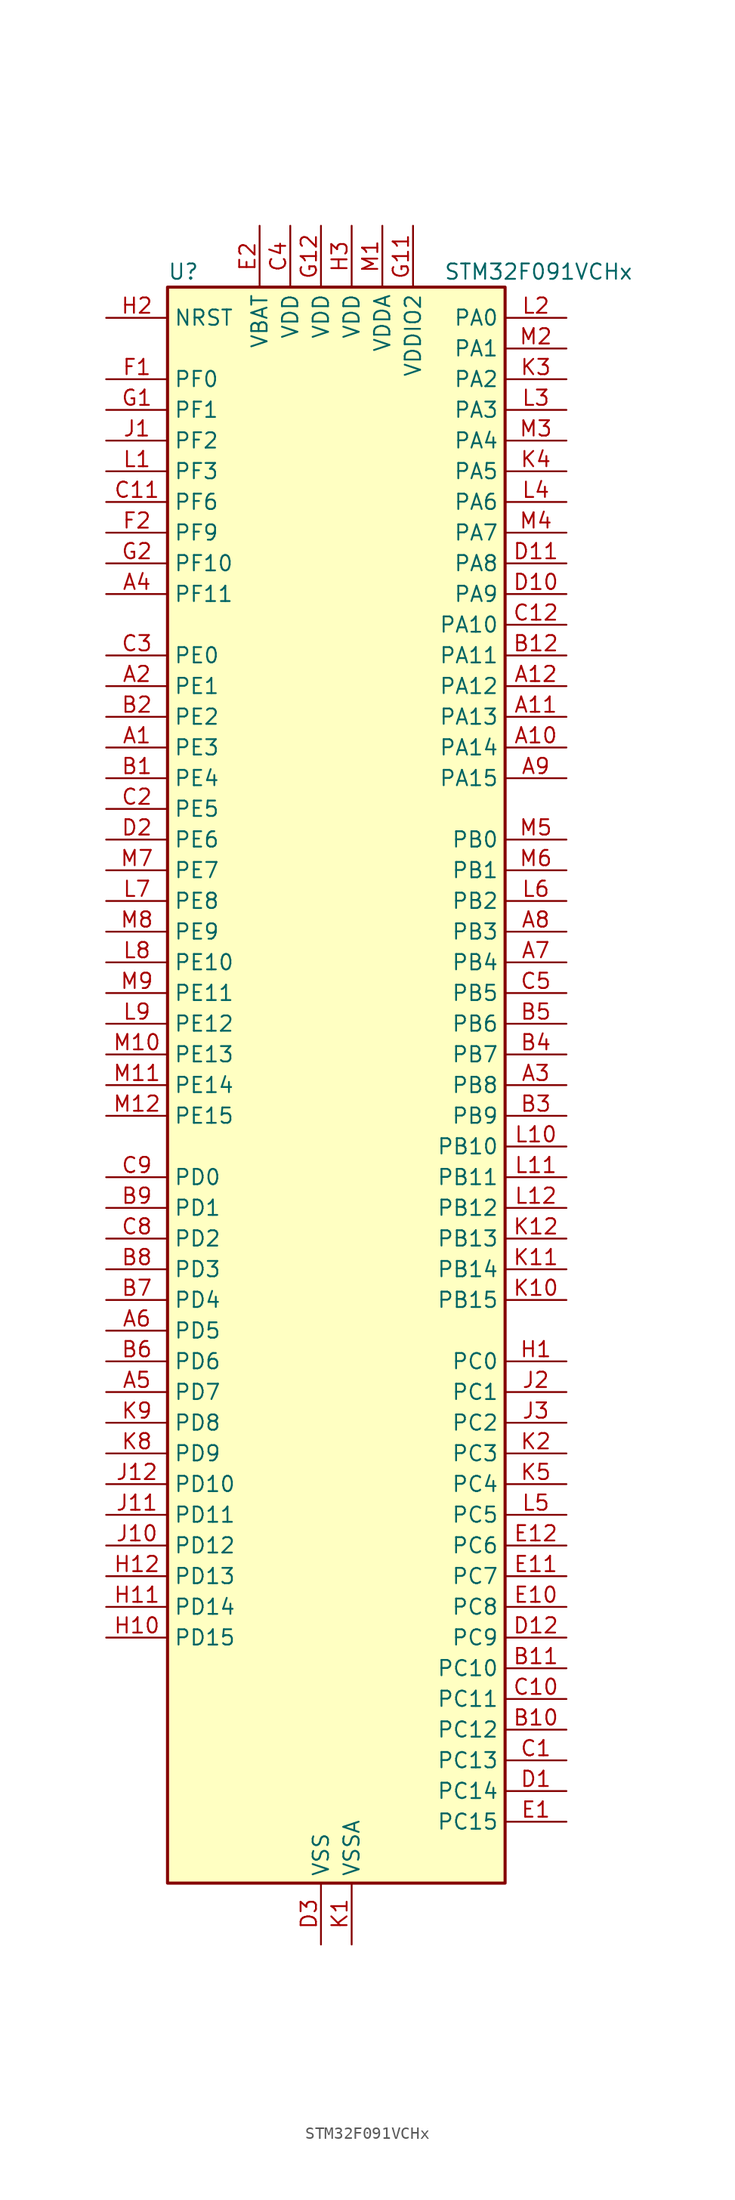
<source format=kicad_sym>
(kicad_symbol_lib
  (version 20220914)
  (generator kicad_symbol_editor)
  (symbol "STM32F091VCHx"
    (property "Reference" "U"
      (at -12.7 67.31 0)
      (effects (font (size 1.27 1.27)) (justify left)))
    (property "Value" "STM32F091VCHx"
      (at 10.16 67.31 0)
      (effects (font (size 1.27 1.27)) (justify left)))
    (property "ki_locked" ""
      (at 0 0 0)
      (effects (font (size 1.27 1.27))))
    (symbol "STM32F091VCHx_0_1"
      (rectangle (start -12.7 -66.04) (end 15.24 66.04) (stroke (width 0.254) (type default)) (fill (type background))))
    (symbol "STM32F091VCHx_1_1"
      (pin bidirectional line (at -17.78 27.94 0) (length 5.08) (name "PE3" (effects (font (size 1.27 1.27)))) (number "A1" (effects (font (size 1.27 1.27)))) (alternate "TIM3_CH1" bidirectional line) (alternate "TSC_G7_IO2" bidirectional line))
      (pin bidirectional line (at 20.32 27.94 180) (length 5.08) (name "PA14" (effects (font (size 1.27 1.27)))) (number "A10" (effects (font (size 1.27 1.27)))) (alternate "SYS_SWCLK" bidirectional line) (alternate "USART2_TX" bidirectional line))
      (pin bidirectional line (at 20.32 30.48 180) (length 5.08) (name "PA13" (effects (font (size 1.27 1.27)))) (number "A11" (effects (font (size 1.27 1.27)))) (alternate "IR_OUT" bidirectional line) (alternate "SYS_SWDIO" bidirectional line))
      (pin bidirectional line (at 20.32 33.02 180) (length 5.08) (name "PA12" (effects (font (size 1.27 1.27)))) (number "A12" (effects (font (size 1.27 1.27)))) (alternate "CAN_TX" bidirectional line) (alternate "COMP2_OUT" bidirectional line) (alternate "I2C2_SDA" bidirectional line) (alternate "TIM1_ETR" bidirectional line) (alternate "TSC_G4_IO4" bidirectional line) (alternate "USART1_DE" bidirectional line) (alternate "USART1_RTS" bidirectional line))
      (pin bidirectional line (at -17.78 33.02 0) (length 5.08) (name "PE1" (effects (font (size 1.27 1.27)))) (number "A2" (effects (font (size 1.27 1.27)))) (alternate "TIM17_CH1" bidirectional line))
      (pin bidirectional line (at 20.32 0 180) (length 5.08) (name "PB8" (effects (font (size 1.27 1.27)))) (number "A3" (effects (font (size 1.27 1.27)))) (alternate "CAN_RX" bidirectional line) (alternate "CEC" bidirectional line) (alternate "I2C1_SCL" bidirectional line) (alternate "TIM16_CH1" bidirectional line) (alternate "TSC_SYNC" bidirectional line))
      (pin bidirectional line (at -17.78 40.64 0) (length 5.08) (name "PF11" (effects (font (size 1.27 1.27)))) (number "A4" (effects (font (size 1.27 1.27)))))
      (pin bidirectional line (at -17.78 -25.4 0) (length 5.08) (name "PD7" (effects (font (size 1.27 1.27)))) (number "A5" (effects (font (size 1.27 1.27)))) (alternate "USART2_CK" bidirectional line))
      (pin bidirectional line (at -17.78 -20.32 0) (length 5.08) (name "PD5" (effects (font (size 1.27 1.27)))) (number "A6" (effects (font (size 1.27 1.27)))) (alternate "USART2_TX" bidirectional line))
      (pin bidirectional line (at 20.32 10.16 180) (length 5.08) (name "PB4" (effects (font (size 1.27 1.27)))) (number "A7" (effects (font (size 1.27 1.27)))) (alternate "I2S1_MCK" bidirectional line) (alternate "SPI1_MISO" bidirectional line) (alternate "TIM17_BKIN" bidirectional line) (alternate "TIM3_CH1" bidirectional line) (alternate "TSC_G5_IO2" bidirectional line) (alternate "USART5_RX" bidirectional line))
      (pin bidirectional line (at 20.32 12.7 180) (length 5.08) (name "PB3" (effects (font (size 1.27 1.27)))) (number "A8" (effects (font (size 1.27 1.27)))) (alternate "I2S1_CK" bidirectional line) (alternate "SPI1_SCK" bidirectional line) (alternate "TIM2_CH2" bidirectional line) (alternate "TSC_G5_IO1" bidirectional line) (alternate "USART5_TX" bidirectional line))
      (pin bidirectional line (at 20.32 25.4 180) (length 5.08) (name "PA15" (effects (font (size 1.27 1.27)))) (number "A9" (effects (font (size 1.27 1.27)))) (alternate "I2S1_WS" bidirectional line) (alternate "SPI1_NSS" bidirectional line) (alternate "TIM2_CH1" bidirectional line) (alternate "TIM2_ETR" bidirectional line) (alternate "USART2_RX" bidirectional line) (alternate "USART4_DE" bidirectional line) (alternate "USART4_RTS" bidirectional line))
      (pin bidirectional line (at -17.78 25.4 0) (length 5.08) (name "PE4" (effects (font (size 1.27 1.27)))) (number "B1" (effects (font (size 1.27 1.27)))) (alternate "TIM3_CH2" bidirectional line) (alternate "TSC_G7_IO3" bidirectional line))
      (pin bidirectional line (at 20.32 -53.34 180) (length 5.08) (name "PC12" (effects (font (size 1.27 1.27)))) (number "B10" (effects (font (size 1.27 1.27)))) (alternate "USART3_CK" bidirectional line) (alternate "USART4_CK" bidirectional line) (alternate "USART5_TX" bidirectional line))
      (pin bidirectional line (at 20.32 -48.26 180) (length 5.08) (name "PC10" (effects (font (size 1.27 1.27)))) (number "B11" (effects (font (size 1.27 1.27)))) (alternate "USART3_TX" bidirectional line) (alternate "USART4_TX" bidirectional line))
      (pin bidirectional line (at 20.32 35.56 180) (length 5.08) (name "PA11" (effects (font (size 1.27 1.27)))) (number "B12" (effects (font (size 1.27 1.27)))) (alternate "CAN_RX" bidirectional line) (alternate "COMP1_OUT" bidirectional line) (alternate "I2C2_SCL" bidirectional line) (alternate "TIM1_CH4" bidirectional line) (alternate "TSC_G4_IO3" bidirectional line) (alternate "USART1_CTS" bidirectional line))
      (pin bidirectional line (at -17.78 30.48 0) (length 5.08) (name "PE2" (effects (font (size 1.27 1.27)))) (number "B2" (effects (font (size 1.27 1.27)))) (alternate "TIM3_ETR" bidirectional line) (alternate "TSC_G7_IO1" bidirectional line))
      (pin bidirectional line (at 20.32 -2.54 180) (length 5.08) (name "PB9" (effects (font (size 1.27 1.27)))) (number "B3" (effects (font (size 1.27 1.27)))) (alternate "CAN_TX" bidirectional line) (alternate "DAC_EXTI9" bidirectional line) (alternate "I2C1_SDA" bidirectional line) (alternate "I2S2_WS" bidirectional line) (alternate "IR_OUT" bidirectional line) (alternate "SPI2_NSS" bidirectional line) (alternate "TIM17_CH1" bidirectional line))
      (pin bidirectional line (at 20.32 2.54 180) (length 5.08) (name "PB7" (effects (font (size 1.27 1.27)))) (number "B4" (effects (font (size 1.27 1.27)))) (alternate "I2C1_SDA" bidirectional line) (alternate "TIM17_CH1N" bidirectional line) (alternate "TSC_G5_IO4" bidirectional line) (alternate "USART1_RX" bidirectional line) (alternate "USART4_CTS" bidirectional line))
      (pin bidirectional line (at 20.32 5.08 180) (length 5.08) (name "PB6" (effects (font (size 1.27 1.27)))) (number "B5" (effects (font (size 1.27 1.27)))) (alternate "I2C1_SCL" bidirectional line) (alternate "TIM16_CH1N" bidirectional line) (alternate "TSC_G5_IO3" bidirectional line) (alternate "USART1_TX" bidirectional line))
      (pin bidirectional line (at -17.78 -22.86 0) (length 5.08) (name "PD6" (effects (font (size 1.27 1.27)))) (number "B6" (effects (font (size 1.27 1.27)))) (alternate "USART2_RX" bidirectional line))
      (pin bidirectional line (at -17.78 -17.78 0) (length 5.08) (name "PD4" (effects (font (size 1.27 1.27)))) (number "B7" (effects (font (size 1.27 1.27)))) (alternate "I2S2_SD" bidirectional line) (alternate "SPI2_MOSI" bidirectional line) (alternate "USART2_DE" bidirectional line) (alternate "USART2_RTS" bidirectional line))
      (pin bidirectional line (at -17.78 -15.24 0) (length 5.08) (name "PD3" (effects (font (size 1.27 1.27)))) (number "B8" (effects (font (size 1.27 1.27)))) (alternate "I2S2_MCK" bidirectional line) (alternate "SPI2_MISO" bidirectional line) (alternate "USART2_CTS" bidirectional line))
      (pin bidirectional line (at -17.78 -10.16 0) (length 5.08) (name "PD1" (effects (font (size 1.27 1.27)))) (number "B9" (effects (font (size 1.27 1.27)))) (alternate "CAN_TX" bidirectional line) (alternate "I2S2_CK" bidirectional line) (alternate "SPI2_SCK" bidirectional line))
      (pin bidirectional line (at 20.32 -55.88 180) (length 5.08) (name "PC13" (effects (font (size 1.27 1.27)))) (number "C1" (effects (font (size 1.27 1.27)))) (alternate "RTC_OUT_ALARM" bidirectional line) (alternate "RTC_OUT_CALIB" bidirectional line) (alternate "RTC_TAMP1" bidirectional line) (alternate "RTC_TS" bidirectional line) (alternate "SYS_WKUP2" bidirectional line))
      (pin bidirectional line (at 20.32 -50.8 180) (length 5.08) (name "PC11" (effects (font (size 1.27 1.27)))) (number "C10" (effects (font (size 1.27 1.27)))) (alternate "USART3_RX" bidirectional line) (alternate "USART4_RX" bidirectional line))
      (pin bidirectional line (at -17.78 48.26 0) (length 5.08) (name "PF6" (effects (font (size 1.27 1.27)))) (number "C11" (effects (font (size 1.27 1.27)))))
      (pin bidirectional line (at 20.32 38.1 180) (length 5.08) (name "PA10" (effects (font (size 1.27 1.27)))) (number "C12" (effects (font (size 1.27 1.27)))) (alternate "I2C1_SDA" bidirectional line) (alternate "TIM17_BKIN" bidirectional line) (alternate "TIM1_CH3" bidirectional line) (alternate "TSC_G4_IO2" bidirectional line) (alternate "USART1_RX" bidirectional line))
      (pin bidirectional line (at -17.78 22.86 0) (length 5.08) (name "PE5" (effects (font (size 1.27 1.27)))) (number "C2" (effects (font (size 1.27 1.27)))) (alternate "TIM3_CH3" bidirectional line) (alternate "TSC_G7_IO4" bidirectional line))
      (pin bidirectional line (at -17.78 35.56 0) (length 5.08) (name "PE0" (effects (font (size 1.27 1.27)))) (number "C3" (effects (font (size 1.27 1.27)))) (alternate "TIM16_CH1" bidirectional line))
      (pin power_in line (at -2.54 71.12 270) (length 5.08) (name "VDD" (effects (font (size 1.27 1.27)))) (number "C4" (effects (font (size 1.27 1.27)))))
      (pin bidirectional line (at 20.32 7.62 180) (length 5.08) (name "PB5" (effects (font (size 1.27 1.27)))) (number "C5" (effects (font (size 1.27 1.27)))) (alternate "I2C1_SMBA" bidirectional line) (alternate "I2S1_SD" bidirectional line) (alternate "SPI1_MOSI" bidirectional line) (alternate "SYS_WKUP6" bidirectional line) (alternate "TIM16_BKIN" bidirectional line) (alternate "TIM3_CH2" bidirectional line) (alternate "USART5_CK" bidirectional line) (alternate "USART5_DE" bidirectional line) (alternate "USART5_RTS" bidirectional line))
      (pin bidirectional line (at -17.78 -12.7 0) (length 5.08) (name "PD2" (effects (font (size 1.27 1.27)))) (number "C8" (effects (font (size 1.27 1.27)))) (alternate "TIM3_ETR" bidirectional line) (alternate "USART3_DE" bidirectional line) (alternate "USART3_RTS" bidirectional line) (alternate "USART5_RX" bidirectional line))
      (pin bidirectional line (at -17.78 -7.62 0) (length 5.08) (name "PD0" (effects (font (size 1.27 1.27)))) (number "C9" (effects (font (size 1.27 1.27)))) (alternate "CAN_RX" bidirectional line) (alternate "I2S2_WS" bidirectional line) (alternate "SPI2_NSS" bidirectional line))
      (pin bidirectional line (at 20.32 -58.42 180) (length 5.08) (name "PC14" (effects (font (size 1.27 1.27)))) (number "D1" (effects (font (size 1.27 1.27)))) (alternate "RCC_OSC32_IN" bidirectional line))
      (pin bidirectional line (at 20.32 40.64 180) (length 5.08) (name "PA9" (effects (font (size 1.27 1.27)))) (number "D10" (effects (font (size 1.27 1.27)))) (alternate "DAC_EXTI9" bidirectional line) (alternate "I2C1_SCL" bidirectional line) (alternate "RCC_MCO" bidirectional line) (alternate "TIM15_BKIN" bidirectional line) (alternate "TIM1_CH2" bidirectional line) (alternate "TSC_G4_IO1" bidirectional line) (alternate "USART1_TX" bidirectional line))
      (pin bidirectional line (at 20.32 43.18 180) (length 5.08) (name "PA8" (effects (font (size 1.27 1.27)))) (number "D11" (effects (font (size 1.27 1.27)))) (alternate "CRS_SYNC" bidirectional line) (alternate "RCC_MCO" bidirectional line) (alternate "TIM1_CH1" bidirectional line) (alternate "USART1_CK" bidirectional line))
      (pin bidirectional line (at 20.32 -45.72 180) (length 5.08) (name "PC9" (effects (font (size 1.27 1.27)))) (number "D12" (effects (font (size 1.27 1.27)))) (alternate "DAC_EXTI9" bidirectional line) (alternate "TIM3_CH4" bidirectional line) (alternate "USART8_RX" bidirectional line))
      (pin bidirectional line (at -17.78 20.32 0) (length 5.08) (name "PE6" (effects (font (size 1.27 1.27)))) (number "D2" (effects (font (size 1.27 1.27)))) (alternate "RTC_TAMP3" bidirectional line) (alternate "SYS_WKUP3" bidirectional line) (alternate "TIM3_CH4" bidirectional line))
      (pin power_in line (at 0 -71.12 90) (length 5.08) (name "VSS" (effects (font (size 1.27 1.27)))) (number "D3" (effects (font (size 1.27 1.27)))))
      (pin bidirectional line (at 20.32 -60.96 180) (length 5.08) (name "PC15" (effects (font (size 1.27 1.27)))) (number "E1" (effects (font (size 1.27 1.27)))) (alternate "RCC_OSC32_OUT" bidirectional line))
      (pin bidirectional line (at 20.32 -43.18 180) (length 5.08) (name "PC8" (effects (font (size 1.27 1.27)))) (number "E10" (effects (font (size 1.27 1.27)))) (alternate "TIM3_CH3" bidirectional line) (alternate "USART8_TX" bidirectional line))
      (pin bidirectional line (at 20.32 -40.64 180) (length 5.08) (name "PC7" (effects (font (size 1.27 1.27)))) (number "E11" (effects (font (size 1.27 1.27)))) (alternate "TIM3_CH2" bidirectional line) (alternate "USART7_RX" bidirectional line))
      (pin bidirectional line (at 20.32 -38.1 180) (length 5.08) (name "PC6" (effects (font (size 1.27 1.27)))) (number "E12" (effects (font (size 1.27 1.27)))) (alternate "TIM3_CH1" bidirectional line) (alternate "USART7_TX" bidirectional line))
      (pin power_in line (at -5.08 71.12 270) (length 5.08) (name "VBAT" (effects (font (size 1.27 1.27)))) (number "E2" (effects (font (size 1.27 1.27)))))
      (pin no_connect line (at -12.7 -66.04 0) (length 5.08) hide (name "NC" (effects (font (size 1.27 1.27)))) (number "E3" (effects (font (size 1.27 1.27)))))
      (pin bidirectional line (at -17.78 58.42 0) (length 5.08) (name "PF0" (effects (font (size 1.27 1.27)))) (number "F1" (effects (font (size 1.27 1.27)))) (alternate "CRS_SYNC" bidirectional line) (alternate "I2C1_SDA" bidirectional line) (alternate "RCC_OSC_IN" bidirectional line))
      (pin passive line (at 0 -71.12 90) (length 5.08) hide (name "VSS" (effects (font (size 1.27 1.27)))) (number "F11" (effects (font (size 1.27 1.27)))))
      (pin passive line (at 0 -71.12 90) (length 5.08) hide (name "VSS" (effects (font (size 1.27 1.27)))) (number "F12" (effects (font (size 1.27 1.27)))))
      (pin bidirectional line (at -17.78 45.72 0) (length 5.08) (name "PF9" (effects (font (size 1.27 1.27)))) (number "F2" (effects (font (size 1.27 1.27)))) (alternate "DAC_EXTI9" bidirectional line) (alternate "TIM15_CH1" bidirectional line) (alternate "USART6_TX" bidirectional line))
      (pin bidirectional line (at -17.78 55.88 0) (length 5.08) (name "PF1" (effects (font (size 1.27 1.27)))) (number "G1" (effects (font (size 1.27 1.27)))) (alternate "I2C1_SCL" bidirectional line) (alternate "RCC_OSC_OUT" bidirectional line))
      (pin power_in line (at 7.62 71.12 270) (length 5.08) (name "VDDIO2" (effects (font (size 1.27 1.27)))) (number "G11" (effects (font (size 1.27 1.27)))))
      (pin power_in line (at 0 71.12 270) (length 5.08) (name "VDD" (effects (font (size 1.27 1.27)))) (number "G12" (effects (font (size 1.27 1.27)))))
      (pin bidirectional line (at -17.78 43.18 0) (length 5.08) (name "PF10" (effects (font (size 1.27 1.27)))) (number "G2" (effects (font (size 1.27 1.27)))) (alternate "TIM15_CH2" bidirectional line) (alternate "USART6_RX" bidirectional line))
      (pin bidirectional line (at 20.32 -22.86 180) (length 5.08) (name "PC0" (effects (font (size 1.27 1.27)))) (number "H1" (effects (font (size 1.27 1.27)))) (alternate "ADC_IN10" bidirectional line) (alternate "USART6_TX" bidirectional line) (alternate "USART7_TX" bidirectional line))
      (pin bidirectional line (at -17.78 -45.72 0) (length 5.08) (name "PD15" (effects (font (size 1.27 1.27)))) (number "H10" (effects (font (size 1.27 1.27)))) (alternate "CRS_SYNC" bidirectional line) (alternate "TSC_G8_IO4" bidirectional line) (alternate "USART7_CK" bidirectional line) (alternate "USART7_DE" bidirectional line) (alternate "USART7_RTS" bidirectional line))
      (pin bidirectional line (at -17.78 -43.18 0) (length 5.08) (name "PD14" (effects (font (size 1.27 1.27)))) (number "H11" (effects (font (size 1.27 1.27)))) (alternate "TSC_G8_IO3" bidirectional line) (alternate "USART8_RX" bidirectional line))
      (pin bidirectional line (at -17.78 -40.64 0) (length 5.08) (name "PD13" (effects (font (size 1.27 1.27)))) (number "H12" (effects (font (size 1.27 1.27)))) (alternate "TSC_G8_IO2" bidirectional line) (alternate "USART8_TX" bidirectional line))
      (pin input line (at -17.78 63.5 0) (length 5.08) (name "NRST" (effects (font (size 1.27 1.27)))) (number "H2" (effects (font (size 1.27 1.27)))))
      (pin power_in line (at 2.54 71.12 270) (length 5.08) (name "VDD" (effects (font (size 1.27 1.27)))) (number "H3" (effects (font (size 1.27 1.27)))))
      (pin bidirectional line (at -17.78 53.34 0) (length 5.08) (name "PF2" (effects (font (size 1.27 1.27)))) (number "J1" (effects (font (size 1.27 1.27)))) (alternate "SYS_WKUP8" bidirectional line) (alternate "USART7_CK" bidirectional line) (alternate "USART7_DE" bidirectional line) (alternate "USART7_RTS" bidirectional line) (alternate "USART7_TX" bidirectional line))
      (pin bidirectional line (at -17.78 -38.1 0) (length 5.08) (name "PD12" (effects (font (size 1.27 1.27)))) (number "J10" (effects (font (size 1.27 1.27)))) (alternate "TSC_G8_IO1" bidirectional line) (alternate "USART3_DE" bidirectional line) (alternate "USART3_RTS" bidirectional line) (alternate "USART8_CK" bidirectional line) (alternate "USART8_DE" bidirectional line) (alternate "USART8_RTS" bidirectional line))
      (pin bidirectional line (at -17.78 -35.56 0) (length 5.08) (name "PD11" (effects (font (size 1.27 1.27)))) (number "J11" (effects (font (size 1.27 1.27)))) (alternate "USART3_CTS" bidirectional line))
      (pin bidirectional line (at -17.78 -33.02 0) (length 5.08) (name "PD10" (effects (font (size 1.27 1.27)))) (number "J12" (effects (font (size 1.27 1.27)))) (alternate "USART3_CK" bidirectional line))
      (pin bidirectional line (at 20.32 -25.4 180) (length 5.08) (name "PC1" (effects (font (size 1.27 1.27)))) (number "J2" (effects (font (size 1.27 1.27)))) (alternate "ADC_IN11" bidirectional line) (alternate "USART6_RX" bidirectional line) (alternate "USART7_RX" bidirectional line))
      (pin bidirectional line (at 20.32 -27.94 180) (length 5.08) (name "PC2" (effects (font (size 1.27 1.27)))) (number "J3" (effects (font (size 1.27 1.27)))) (alternate "ADC_IN12" bidirectional line) (alternate "I2S2_MCK" bidirectional line) (alternate "SPI2_MISO" bidirectional line) (alternate "USART8_TX" bidirectional line))
      (pin power_in line (at 2.54 -71.12 90) (length 5.08) (name "VSSA" (effects (font (size 1.27 1.27)))) (number "K1" (effects (font (size 1.27 1.27)))))
      (pin bidirectional line (at 20.32 -17.78 180) (length 5.08) (name "PB15" (effects (font (size 1.27 1.27)))) (number "K10" (effects (font (size 1.27 1.27)))) (alternate "I2S2_SD" bidirectional line) (alternate "RTC_REFIN" bidirectional line) (alternate "SPI2_MOSI" bidirectional line) (alternate "SYS_WKUP7" bidirectional line) (alternate "TIM15_CH1N" bidirectional line) (alternate "TIM15_CH2" bidirectional line) (alternate "TIM1_CH3N" bidirectional line))
      (pin bidirectional line (at 20.32 -15.24 180) (length 5.08) (name "PB14" (effects (font (size 1.27 1.27)))) (number "K11" (effects (font (size 1.27 1.27)))) (alternate "I2C2_SDA" bidirectional line) (alternate "I2S2_MCK" bidirectional line) (alternate "SPI2_MISO" bidirectional line) (alternate "TIM15_CH1" bidirectional line) (alternate "TIM1_CH2N" bidirectional line) (alternate "TSC_G6_IO4" bidirectional line) (alternate "USART3_DE" bidirectional line) (alternate "USART3_RTS" bidirectional line))
      (pin bidirectional line (at 20.32 -12.7 180) (length 5.08) (name "PB13" (effects (font (size 1.27 1.27)))) (number "K12" (effects (font (size 1.27 1.27)))) (alternate "I2C2_SCL" bidirectional line) (alternate "I2S2_CK" bidirectional line) (alternate "SPI2_SCK" bidirectional line) (alternate "TIM1_CH1N" bidirectional line) (alternate "TSC_G6_IO3" bidirectional line) (alternate "USART3_CTS" bidirectional line))
      (pin bidirectional line (at 20.32 -30.48 180) (length 5.08) (name "PC3" (effects (font (size 1.27 1.27)))) (number "K2" (effects (font (size 1.27 1.27)))) (alternate "ADC_IN13" bidirectional line) (alternate "I2S2_SD" bidirectional line) (alternate "SPI2_MOSI" bidirectional line) (alternate "USART8_RX" bidirectional line))
      (pin bidirectional line (at 20.32 58.42 180) (length 5.08) (name "PA2" (effects (font (size 1.27 1.27)))) (number "K3" (effects (font (size 1.27 1.27)))) (alternate "ADC_IN2" bidirectional line) (alternate "COMP2_INM" bidirectional line) (alternate "COMP2_OUT" bidirectional line) (alternate "SYS_WKUP4" bidirectional line) (alternate "TIM15_CH1" bidirectional line) (alternate "TIM2_CH3" bidirectional line) (alternate "TSC_G1_IO3" bidirectional line) (alternate "USART2_TX" bidirectional line))
      (pin bidirectional line (at 20.32 50.8 180) (length 5.08) (name "PA5" (effects (font (size 1.27 1.27)))) (number "K4" (effects (font (size 1.27 1.27)))) (alternate "ADC_IN5" bidirectional line) (alternate "CEC" bidirectional line) (alternate "COMP1_INM" bidirectional line) (alternate "COMP2_INM" bidirectional line) (alternate "DAC_OUT2" bidirectional line) (alternate "I2S1_CK" bidirectional line) (alternate "SPI1_SCK" bidirectional line) (alternate "TIM2_CH1" bidirectional line) (alternate "TIM2_ETR" bidirectional line) (alternate "TSC_G2_IO2" bidirectional line) (alternate "USART6_RX" bidirectional line))
      (pin bidirectional line (at 20.32 -33.02 180) (length 5.08) (name "PC4" (effects (font (size 1.27 1.27)))) (number "K5" (effects (font (size 1.27 1.27)))) (alternate "ADC_IN14" bidirectional line) (alternate "USART3_TX" bidirectional line))
      (pin bidirectional line (at -17.78 -30.48 0) (length 5.08) (name "PD9" (effects (font (size 1.27 1.27)))) (number "K8" (effects (font (size 1.27 1.27)))) (alternate "DAC_EXTI9" bidirectional line) (alternate "USART3_RX" bidirectional line))
      (pin bidirectional line (at -17.78 -27.94 0) (length 5.08) (name "PD8" (effects (font (size 1.27 1.27)))) (number "K9" (effects (font (size 1.27 1.27)))) (alternate "USART3_TX" bidirectional line))
      (pin bidirectional line (at -17.78 50.8 0) (length 5.08) (name "PF3" (effects (font (size 1.27 1.27)))) (number "L1" (effects (font (size 1.27 1.27)))) (alternate "USART6_CK" bidirectional line) (alternate "USART6_DE" bidirectional line) (alternate "USART6_RTS" bidirectional line) (alternate "USART7_RX" bidirectional line))
      (pin bidirectional line (at 20.32 -5.08 180) (length 5.08) (name "PB10" (effects (font (size 1.27 1.27)))) (number "L10" (effects (font (size 1.27 1.27)))) (alternate "CEC" bidirectional line) (alternate "I2C2_SCL" bidirectional line) (alternate "I2S2_CK" bidirectional line) (alternate "SPI2_SCK" bidirectional line) (alternate "TIM2_CH3" bidirectional line) (alternate "TSC_SYNC" bidirectional line) (alternate "USART3_TX" bidirectional line))
      (pin bidirectional line (at 20.32 -7.62 180) (length 5.08) (name "PB11" (effects (font (size 1.27 1.27)))) (number "L11" (effects (font (size 1.27 1.27)))) (alternate "I2C2_SDA" bidirectional line) (alternate "TIM2_CH4" bidirectional line) (alternate "TSC_G6_IO1" bidirectional line) (alternate "USART3_RX" bidirectional line))
      (pin bidirectional line (at 20.32 -10.16 180) (length 5.08) (name "PB12" (effects (font (size 1.27 1.27)))) (number "L12" (effects (font (size 1.27 1.27)))) (alternate "I2S2_WS" bidirectional line) (alternate "SPI2_NSS" bidirectional line) (alternate "TIM15_BKIN" bidirectional line) (alternate "TIM1_BKIN" bidirectional line) (alternate "TSC_G6_IO2" bidirectional line) (alternate "USART3_CK" bidirectional line))
      (pin bidirectional line (at 20.32 63.5 180) (length 5.08) (name "PA0" (effects (font (size 1.27 1.27)))) (number "L2" (effects (font (size 1.27 1.27)))) (alternate "ADC_IN0" bidirectional line) (alternate "COMP1_INM" bidirectional line) (alternate "COMP1_OUT" bidirectional line) (alternate "RTC_TAMP2" bidirectional line) (alternate "SYS_WKUP1" bidirectional line) (alternate "TIM2_CH1" bidirectional line) (alternate "TIM2_ETR" bidirectional line) (alternate "TSC_G1_IO1" bidirectional line) (alternate "USART2_CTS" bidirectional line) (alternate "USART4_TX" bidirectional line))
      (pin bidirectional line (at 20.32 55.88 180) (length 5.08) (name "PA3" (effects (font (size 1.27 1.27)))) (number "L3" (effects (font (size 1.27 1.27)))) (alternate "ADC_IN3" bidirectional line) (alternate "COMP2_INP" bidirectional line) (alternate "TIM15_CH2" bidirectional line) (alternate "TIM2_CH4" bidirectional line) (alternate "TSC_G1_IO4" bidirectional line) (alternate "USART2_RX" bidirectional line))
      (pin bidirectional line (at 20.32 48.26 180) (length 5.08) (name "PA6" (effects (font (size 1.27 1.27)))) (number "L4" (effects (font (size 1.27 1.27)))) (alternate "ADC_IN6" bidirectional line) (alternate "COMP1_OUT" bidirectional line) (alternate "I2S1_MCK" bidirectional line) (alternate "SPI1_MISO" bidirectional line) (alternate "TIM16_CH1" bidirectional line) (alternate "TIM1_BKIN" bidirectional line) (alternate "TIM3_CH1" bidirectional line) (alternate "TSC_G2_IO3" bidirectional line) (alternate "USART3_CTS" bidirectional line))
      (pin bidirectional line (at 20.32 -35.56 180) (length 5.08) (name "PC5" (effects (font (size 1.27 1.27)))) (number "L5" (effects (font (size 1.27 1.27)))) (alternate "ADC_IN15" bidirectional line) (alternate "SYS_WKUP5" bidirectional line) (alternate "TSC_G3_IO1" bidirectional line) (alternate "USART3_RX" bidirectional line))
      (pin bidirectional line (at 20.32 15.24 180) (length 5.08) (name "PB2" (effects (font (size 1.27 1.27)))) (number "L6" (effects (font (size 1.27 1.27)))) (alternate "TSC_G3_IO4" bidirectional line))
      (pin bidirectional line (at -17.78 15.24 0) (length 5.08) (name "PE8" (effects (font (size 1.27 1.27)))) (number "L7" (effects (font (size 1.27 1.27)))) (alternate "TIM1_CH1N" bidirectional line) (alternate "USART4_TX" bidirectional line))
      (pin bidirectional line (at -17.78 10.16 0) (length 5.08) (name "PE10" (effects (font (size 1.27 1.27)))) (number "L8" (effects (font (size 1.27 1.27)))) (alternate "TIM1_CH2N" bidirectional line) (alternate "USART5_TX" bidirectional line))
      (pin bidirectional line (at -17.78 5.08 0) (length 5.08) (name "PE12" (effects (font (size 1.27 1.27)))) (number "L9" (effects (font (size 1.27 1.27)))) (alternate "I2S1_WS" bidirectional line) (alternate "SPI1_NSS" bidirectional line) (alternate "TIM1_CH3N" bidirectional line))
      (pin power_in line (at 5.08 71.12 270) (length 5.08) (name "VDDA" (effects (font (size 1.27 1.27)))) (number "M1" (effects (font (size 1.27 1.27)))))
      (pin bidirectional line (at -17.78 2.54 0) (length 5.08) (name "PE13" (effects (font (size 1.27 1.27)))) (number "M10" (effects (font (size 1.27 1.27)))) (alternate "I2S1_CK" bidirectional line) (alternate "SPI1_SCK" bidirectional line) (alternate "TIM1_CH3" bidirectional line))
      (pin bidirectional line (at -17.78 0 0) (length 5.08) (name "PE14" (effects (font (size 1.27 1.27)))) (number "M11" (effects (font (size 1.27 1.27)))) (alternate "I2S1_MCK" bidirectional line) (alternate "SPI1_MISO" bidirectional line) (alternate "TIM1_CH4" bidirectional line))
      (pin bidirectional line (at -17.78 -2.54 0) (length 5.08) (name "PE15" (effects (font (size 1.27 1.27)))) (number "M12" (effects (font (size 1.27 1.27)))) (alternate "I2S1_SD" bidirectional line) (alternate "SPI1_MOSI" bidirectional line) (alternate "TIM1_BKIN" bidirectional line))
      (pin bidirectional line (at 20.32 60.96 180) (length 5.08) (name "PA1" (effects (font (size 1.27 1.27)))) (number "M2" (effects (font (size 1.27 1.27)))) (alternate "ADC_IN1" bidirectional line) (alternate "COMP1_INP" bidirectional line) (alternate "TIM15_CH1N" bidirectional line) (alternate "TIM2_CH2" bidirectional line) (alternate "TSC_G1_IO2" bidirectional line) (alternate "USART2_DE" bidirectional line) (alternate "USART2_RTS" bidirectional line) (alternate "USART4_RX" bidirectional line))
      (pin bidirectional line (at 20.32 53.34 180) (length 5.08) (name "PA4" (effects (font (size 1.27 1.27)))) (number "M3" (effects (font (size 1.27 1.27)))) (alternate "ADC_IN4" bidirectional line) (alternate "COMP1_INM" bidirectional line) (alternate "COMP2_INM" bidirectional line) (alternate "DAC_OUT1" bidirectional line) (alternate "I2S1_WS" bidirectional line) (alternate "SPI1_NSS" bidirectional line) (alternate "TIM14_CH1" bidirectional line) (alternate "TSC_G2_IO1" bidirectional line) (alternate "USART2_CK" bidirectional line) (alternate "USART6_TX" bidirectional line))
      (pin bidirectional line (at 20.32 45.72 180) (length 5.08) (name "PA7" (effects (font (size 1.27 1.27)))) (number "M4" (effects (font (size 1.27 1.27)))) (alternate "ADC_IN7" bidirectional line) (alternate "COMP2_OUT" bidirectional line) (alternate "I2S1_SD" bidirectional line) (alternate "SPI1_MOSI" bidirectional line) (alternate "TIM14_CH1" bidirectional line) (alternate "TIM17_CH1" bidirectional line) (alternate "TIM1_CH1N" bidirectional line) (alternate "TIM3_CH2" bidirectional line) (alternate "TSC_G2_IO4" bidirectional line))
      (pin bidirectional line (at 20.32 20.32 180) (length 5.08) (name "PB0" (effects (font (size 1.27 1.27)))) (number "M5" (effects (font (size 1.27 1.27)))) (alternate "ADC_IN8" bidirectional line) (alternate "TIM1_CH2N" bidirectional line) (alternate "TIM3_CH3" bidirectional line) (alternate "TSC_G3_IO2" bidirectional line) (alternate "USART3_CK" bidirectional line))
      (pin bidirectional line (at 20.32 17.78 180) (length 5.08) (name "PB1" (effects (font (size 1.27 1.27)))) (number "M6" (effects (font (size 1.27 1.27)))) (alternate "ADC_IN9" bidirectional line) (alternate "TIM14_CH1" bidirectional line) (alternate "TIM1_CH3N" bidirectional line) (alternate "TIM3_CH4" bidirectional line) (alternate "TSC_G3_IO3" bidirectional line) (alternate "USART3_DE" bidirectional line) (alternate "USART3_RTS" bidirectional line))
      (pin bidirectional line (at -17.78 17.78 0) (length 5.08) (name "PE7" (effects (font (size 1.27 1.27)))) (number "M7" (effects (font (size 1.27 1.27)))) (alternate "TIM1_ETR" bidirectional line) (alternate "USART5_CK" bidirectional line) (alternate "USART5_DE" bidirectional line) (alternate "USART5_RTS" bidirectional line))
      (pin bidirectional line (at -17.78 12.7 0) (length 5.08) (name "PE9" (effects (font (size 1.27 1.27)))) (number "M8" (effects (font (size 1.27 1.27)))) (alternate "DAC_EXTI9" bidirectional line) (alternate "TIM1_CH1" bidirectional line) (alternate "USART4_RX" bidirectional line))
      (pin bidirectional line (at -17.78 7.62 0) (length 5.08) (name "PE11" (effects (font (size 1.27 1.27)))) (number "M9" (effects (font (size 1.27 1.27)))) (alternate "TIM1_CH2" bidirectional line) (alternate "USART5_RX" bidirectional line)))))
</source>
